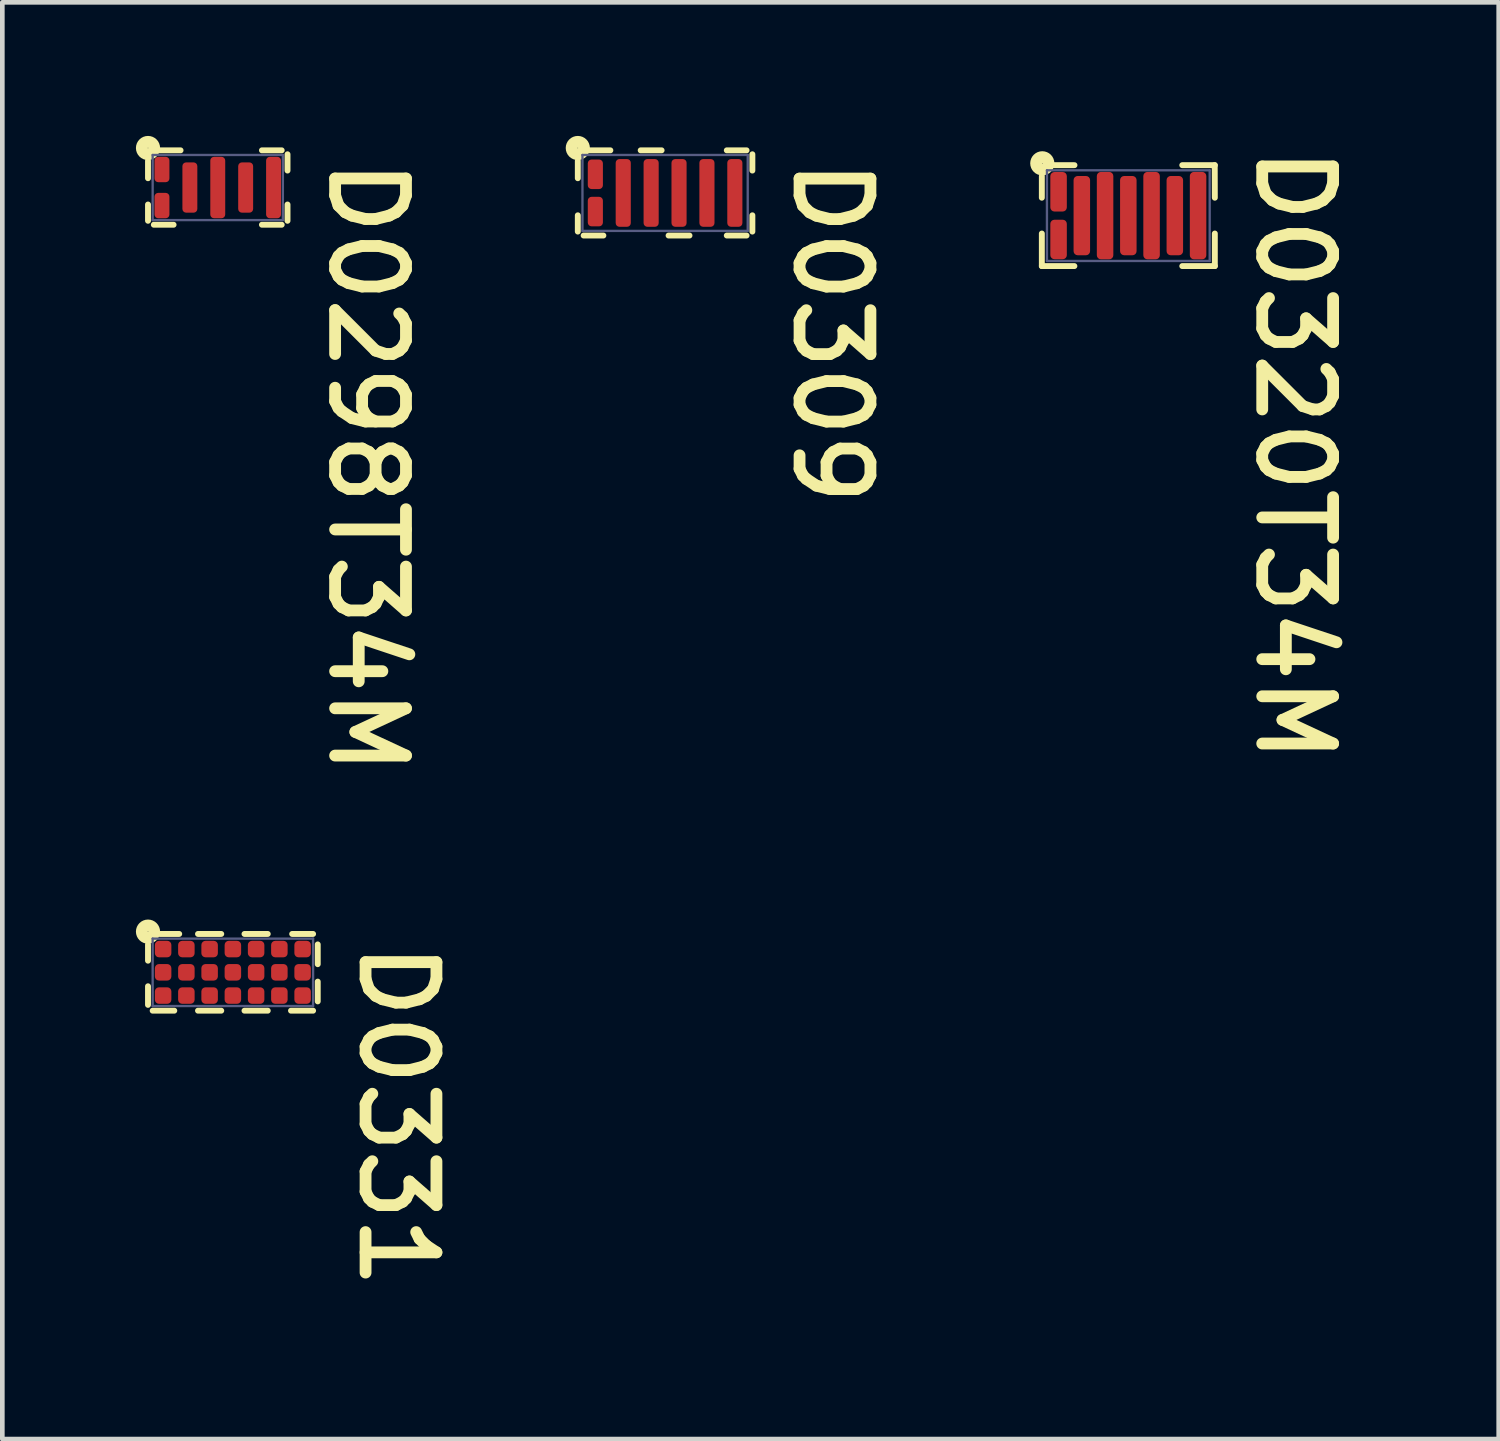
<source format=kicad_pcb>
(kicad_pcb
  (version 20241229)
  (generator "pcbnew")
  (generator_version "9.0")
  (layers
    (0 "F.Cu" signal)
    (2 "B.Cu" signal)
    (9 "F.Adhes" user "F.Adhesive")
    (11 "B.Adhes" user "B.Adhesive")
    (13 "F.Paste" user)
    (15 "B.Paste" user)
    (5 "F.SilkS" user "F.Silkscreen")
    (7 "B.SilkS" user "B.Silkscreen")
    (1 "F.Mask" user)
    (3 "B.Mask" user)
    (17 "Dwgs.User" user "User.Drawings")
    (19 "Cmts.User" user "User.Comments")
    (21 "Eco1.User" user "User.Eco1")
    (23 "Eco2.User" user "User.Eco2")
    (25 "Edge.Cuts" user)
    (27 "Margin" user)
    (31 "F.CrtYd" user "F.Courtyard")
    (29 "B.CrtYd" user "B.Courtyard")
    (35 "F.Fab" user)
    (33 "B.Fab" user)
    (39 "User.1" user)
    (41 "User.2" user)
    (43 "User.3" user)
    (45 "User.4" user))
  (footprint "D0298T34M"
    (layer "F.Cu")
    (at 1.633 0.983)
    (property "Reference" "D0298T34M" (at 2.324 -0.724 270) (unlocked yes) (layer "F.SilkS") (effects (font (size 1.524 1.524) (thickness 0.254)) (justify left bottom)))
    (attr smd)
    (fp_poly (pts (xy -1.169 -0.244) (xy -1.169 -0.531) (xy -1.231 -0.531) (xy -1.231 -0.244)) (stroke (width 0.188) (type solid)) (fill yes) (layer "F.Mask"))
    (fp_poly (pts (xy -1.169 0.531) (xy -1.169 0.244) (xy -1.231 0.244) (xy -1.231 0.531)) (stroke (width 0.188) (type solid)) (fill yes) (layer "F.Mask"))
    (fp_poly (pts (xy -0.569 0.411) (xy -0.569 -0.411) (xy -0.631 -0.411) (xy -0.631 0.411)) (stroke (width 0.188) (type solid)) (fill yes) (layer "F.Mask"))
    (fp_poly (pts (xy 0.031 0.531) (xy 0.031 -0.531) (xy -0.031 -0.531) (xy -0.031 0.531)) (stroke (width 0.188) (type solid)) (fill yes) (layer "F.Mask"))
    (fp_poly (pts (xy 0.631 0.411) (xy 0.631 -0.411) (xy 0.569 -0.411) (xy 0.569 0.411)) (stroke (width 0.188) (type solid)) (fill yes) (layer "F.Mask"))
    (fp_poly (pts (xy 1.231 0.531) (xy 1.231 -0.531) (xy 1.169 -0.531) (xy 1.169 0.531)) (stroke (width 0.188) (type solid)) (fill yes) (layer "F.Mask"))
    (fp_line (start -1.5 -0.575) (end -1.5 -0.2) (stroke (width 0.127) (type solid)) (layer "F.SilkS"))
    (fp_line (start -1.5 0.365) (end -1.5 0.715) (stroke (width 0.127) (type solid)) (layer "F.SilkS"))
    (fp_line (start -1.375 0.8) (end -0.95 0.8) (stroke (width 0.127) (type solid)) (layer "F.SilkS"))
    (fp_line (start -1.25 -0.8) (end -0.8 -0.8) (stroke (width 0.127) (type solid)) (layer "F.SilkS"))
    (fp_line (start 0.95 -0.8) (end 1.375 -0.8) (stroke (width 0.127) (type solid)) (layer "F.SilkS"))
    (fp_line (start 0.95 0.8) (end 1.375 0.8) (stroke (width 0.127) (type solid)) (layer "F.SilkS"))
    (fp_line (start 1.5 -0.715) (end 1.5 -0.365) (stroke (width 0.127) (type solid)) (layer "F.SilkS"))
    (fp_line (start 1.5 0.365) (end 1.5 0.715) (stroke (width 0.127) (type solid)) (layer "F.SilkS"))
    (fp_circle (center -1.5 -0.85) (end -1.494 -0.85) (stroke (width 0.254) (type solid)) (fill no) (layer "F.SilkS"))
    (fp_poly (pts (xy -1.137 -0.212) (xy -1.137 -0.562) (xy -1.262 -0.562) (xy -1.262 -0.212)) (stroke (width 0.125) (type solid)) (fill yes) (layer "F.Paste"))
    (fp_poly (pts (xy -1.137 0.562) (xy -1.137 0.212) (xy -1.262 0.212) (xy -1.262 0.562)) (stroke (width 0.125) (type solid)) (fill yes) (layer "F.Paste"))
    (fp_poly (pts (xy -0.537 0.443) (xy -0.537 -0.443) (xy -0.662 -0.443) (xy -0.662 0.443)) (stroke (width 0.125) (type solid)) (fill yes) (layer "F.Paste"))
    (fp_poly (pts (xy 0.062 0.562) (xy 0.062 -0.562) (xy -0.062 -0.562) (xy -0.062 0.562)) (stroke (width 0.125) (type solid)) (fill yes) (layer "F.Paste"))
    (fp_poly (pts (xy 0.662 0.443) (xy 0.662 -0.443) (xy 0.537 -0.443) (xy 0.537 0.443)) (stroke (width 0.125) (type solid)) (fill yes) (layer "F.Paste"))
    (fp_poly (pts (xy 1.262 0.562) (xy 1.262 -0.562) (xy 1.137 -0.562) (xy 1.137 0.562)) (stroke (width 0.125) (type solid)) (fill yes) (layer "F.Paste"))
    (fp_line (start -1.4 -0.7) (end -1.4 0.7) (stroke (width 0.05) (type solid)) (layer "B.Fab"))
    (fp_line (start -1.4 -0.7) (end 1.4 -0.7) (stroke (width 0.05) (type solid)) (layer "B.Fab"))
    (fp_line (start -1.4 0.7) (end 1.4 0.7) (stroke (width 0.05) (type solid)) (layer "B.Fab"))
    (fp_line (start 1.4 -0.7) (end 1.4 0.7) (stroke (width 0.05) (type solid)) (layer "B.Fab"))
    (pad "1" smd roundrect (at -1.2 -0.388) (size 0.321 0.546) (layers "F.Cu" "F.Mask" "F.Paste") (roundrect_rratio 0.25))
    (pad "2" smd roundrect (at -1.2 0.388) (size 0.321 0.546) (layers "F.Cu" "F.Mask" "F.Paste") (roundrect_rratio 0.25))
    (pad "3" smd roundrect (at -0.6 0) (size 0.321 1.081) (layers "F.Cu" "F.Mask" "F.Paste") (roundrect_rratio 0.25))
    (pad "4" smd roundrect (at 0 0) (size 0.321 1.321) (layers "F.Cu" "F.Mask" "F.Paste") (roundrect_rratio 0.25))
    (pad "5" smd roundrect (at 0.6 0) (size 0.321 1.081) (layers "F.Cu" "F.Mask" "F.Paste") (roundrect_rratio 0.25))
    (pad "6" smd roundrect (at 1.2 0) (size 0.321 1.321) (layers "F.Cu" "F.Mask" "F.Paste") (roundrect_rratio 0.25)))
  (footprint "D0309"
    (layer "F.Cu")
    (at 11.253 1.099)
    (property "Reference" "D0309" (at 2.692 -0.838 270) (unlocked yes) (layer "F.SilkS") (effects (font (size 1.524 1.524) (thickness 0.254)) (justify left bottom)))
    (attr smd)
    (fp_line (start -1.5 -0.236) (end -1.5 -0.566) (stroke (width 0.23) (type solid)) (layer "F.Mask"))
    (fp_line (start -1.5 0.566) (end -1.5 0.236) (stroke (width 0.23) (type solid)) (layer "F.Mask"))
    (fp_line (start -0.9 0.566) (end -0.9 -0.566) (stroke (width 0.23) (type solid)) (layer "F.Mask"))
    (fp_line (start -0.3 0.566) (end -0.3 -0.566) (stroke (width 0.23) (type solid)) (layer "F.Mask"))
    (fp_line (start 0.3 0.566) (end 0.3 -0.566) (stroke (width 0.23) (type solid)) (layer "F.Mask"))
    (fp_line (start 0.9 0.566) (end 0.9 -0.566) (stroke (width 0.23) (type solid)) (layer "F.Mask"))
    (fp_line (start 1.5 0.566) (end 1.5 -0.566) (stroke (width 0.23) (type solid)) (layer "F.Mask"))
    (fp_line (start -1.877 -0.691) (end -1.877 -0.316) (stroke (width 0.127) (type solid)) (layer "F.SilkS"))
    (fp_line (start -1.877 0.481) (end -1.877 0.831) (stroke (width 0.127) (type solid)) (layer "F.SilkS"))
    (fp_line (start -1.752 0.916) (end -1.327 0.916) (stroke (width 0.127) (type solid)) (layer "F.SilkS"))
    (fp_line (start -1.627 -0.916) (end -1.177 -0.916) (stroke (width 0.127) (type solid)) (layer "F.SilkS"))
    (fp_line (start -0.525 -0.916) (end -0.075 -0.916) (stroke (width 0.127) (type solid)) (layer "F.SilkS"))
    (fp_line (start 0.075 0.916) (end 0.525 0.916) (stroke (width 0.127) (type solid)) (layer "F.SilkS"))
    (fp_line (start 1.327 -0.916) (end 1.752 -0.916) (stroke (width 0.127) (type solid)) (layer "F.SilkS"))
    (fp_line (start 1.327 0.916) (end 1.752 0.916) (stroke (width 0.127) (type solid)) (layer "F.SilkS"))
    (fp_line (start 1.877 -0.831) (end 1.877 -0.481) (stroke (width 0.127) (type solid)) (layer "F.SilkS"))
    (fp_line (start 1.877 0.481) (end 1.877 0.831) (stroke (width 0.127) (type solid)) (layer "F.SilkS"))
    (fp_circle (center -1.877 -0.966) (end -1.871 -0.966) (stroke (width 0.254) (type solid)) (fill no) (layer "F.SilkS"))
    (fp_line (start -1.777 -0.816) (end -1.777 0.816) (stroke (width 0.05) (type solid)) (layer "B.Fab"))
    (fp_line (start -1.777 -0.816) (end 1.777 -0.816) (stroke (width 0.05) (type solid)) (layer "B.Fab"))
    (fp_line (start -1.777 0.816) (end 1.777 0.816) (stroke (width 0.05) (type solid)) (layer "B.Fab"))
    (fp_line (start 1.777 -0.816) (end 1.777 0.816) (stroke (width 0.05) (type solid)) (layer "B.Fab"))
    (pad "1" smd roundrect (at -1.5 -0.401) (size 0.325 0.635) (layers "F.Cu" "F.Mask" "F.Paste") (roundrect_rratio 0.25))
    (pad "2" smd roundrect (at -1.5 0.401 180) (size 0.325 0.635) (layers "F.Cu" "F.Mask" "F.Paste") (roundrect_rratio 0.25))
    (pad "3" smd roundrect (at -0.9 0 180) (size 0.325 1.457) (layers "F.Cu" "F.Mask" "F.Paste") (roundrect_rratio 0.25))
    (pad "4" smd roundrect (at -0.3 0 180) (size 0.325 1.457) (layers "F.Cu" "F.Mask" "F.Paste") (roundrect_rratio 0.25))
    (pad "5" smd roundrect (at 0.3 0 180) (size 0.325 1.457) (layers "F.Cu" "F.Mask" "F.Paste") (roundrect_rratio 0.25))
    (pad "6" smd roundrect (at 0.9 0 180) (size 0.325 1.457) (layers "F.Cu" "F.Mask" "F.Paste") (roundrect_rratio 0.25))
    (pad "7" smd roundrect (at 1.5 0 180) (size 0.325 1.457) (layers "F.Cu" "F.Mask" "F.Paste") (roundrect_rratio 0.25)))
  (footprint "D0320T34M"
    (layer "F.Cu")
    (at 21.215 1.587)
    (property "Reference" "D0320T34M" (at 2.68 -1.587 270) (unlocked yes) (layer "F.SilkS") (effects (font (size 1.524 1.524) (thickness 0.254)) (justify left bottom)))
    (attr smd)
    (fp_line (start -1.5 -0.251) (end -1.5 -0.775) (stroke (width 0.23) (type solid)) (layer "F.Mask"))
    (fp_line (start -1.5 0.775) (end -1.5 0.251) (stroke (width 0.23) (type solid)) (layer "F.Mask"))
    (fp_line (start -1 0.688) (end -1 -0.688) (stroke (width 0.23) (type solid)) (layer "F.Mask"))
    (fp_line (start -0.5 0.775) (end -0.5 -0.775) (stroke (width 0.23) (type solid)) (layer "F.Mask"))
    (fp_line (start 0 0.688) (end 0 -0.688) (stroke (width 0.23) (type solid)) (layer "F.Mask"))
    (fp_line (start 0.5 0.775) (end 0.5 -0.775) (stroke (width 0.23) (type solid)) (layer "F.Mask"))
    (fp_line (start 1 0.688) (end 1 -0.688) (stroke (width 0.23) (type solid)) (layer "F.Mask"))
    (fp_line (start 1.5 0.775) (end 1.5 -0.775) (stroke (width 0.23) (type solid)) (layer "F.Mask"))
    (fp_line (start -1.86 -0.85) (end -1.86 -0.385) (stroke (width 0.127) (type solid)) (layer "F.SilkS"))
    (fp_line (start -1.86 0.385) (end -1.86 1.085) (stroke (width 0.127) (type solid)) (layer "F.SilkS"))
    (fp_line (start -1.86 1.085) (end -1.16 1.085) (stroke (width 0.127) (type solid)) (layer "F.SilkS"))
    (fp_line (start -1.599 -1.085) (end -1.158 -1.085) (stroke (width 0.127) (type solid)) (layer "F.SilkS"))
    (fp_line (start 1.16 -1.085) (end 1.86 -1.085) (stroke (width 0.127) (type solid)) (layer "F.SilkS"))
    (fp_line (start 1.16 1.085) (end 1.86 1.085) (stroke (width 0.127) (type solid)) (layer "F.SilkS"))
    (fp_line (start 1.858 -1.085) (end 1.86 -0.385) (stroke (width 0.127) (type solid)) (layer "F.SilkS"))
    (fp_line (start 1.86 0.385) (end 1.86 1.085) (stroke (width 0.127) (type solid)) (layer "F.SilkS"))
    (fp_circle (center -1.85 -1.125) (end -1.844 -1.125) (stroke (width 0.254) (type solid)) (fill no) (layer "F.SilkS"))
    (fp_poly (pts (xy -1.442 -0.193) (xy -1.442 -0.833) (xy -1.558 -0.833) (xy -1.558 -0.193)) (stroke (width 0.115) (type solid)) (fill yes) (layer "F.Paste"))
    (fp_poly (pts (xy -1.442 0.833) (xy -1.442 0.193) (xy -1.558 0.193) (xy -1.558 0.833)) (stroke (width 0.115) (type solid)) (fill yes) (layer "F.Paste"))
    (fp_poly (pts (xy -0.943 0.745) (xy -0.943 -0.745) (xy -1.058 -0.745) (xy -1.058 0.745)) (stroke (width 0.115) (type solid)) (fill yes) (layer "F.Paste"))
    (fp_poly (pts (xy -0.443 0.833) (xy -0.443 -0.833) (xy -0.557 -0.833) (xy -0.557 0.833)) (stroke (width 0.115) (type solid)) (fill yes) (layer "F.Paste"))
    (fp_poly (pts (xy 0.058 0.745) (xy 0.058 -0.745) (xy -0.058 -0.745) (xy -0.058 0.745)) (stroke (width 0.115) (type solid)) (fill yes) (layer "F.Paste"))
    (fp_poly (pts (xy 0.557 0.833) (xy 0.557 -0.833) (xy 0.443 -0.833) (xy 0.443 0.833)) (stroke (width 0.115) (type solid)) (fill yes) (layer "F.Paste"))
    (fp_poly (pts (xy 1.058 0.745) (xy 1.058 -0.745) (xy 0.943 -0.745) (xy 0.943 0.745)) (stroke (width 0.115) (type solid)) (fill yes) (layer "F.Paste"))
    (fp_poly (pts (xy 1.558 0.833) (xy 1.558 -0.833) (xy 1.442 -0.833) (xy 1.442 0.833)) (stroke (width 0.115) (type solid)) (fill yes) (layer "F.Paste"))
    (fp_line (start -1.75 -0.975) (end -1.75 0.975) (stroke (width 0.05) (type solid)) (layer "B.Fab"))
    (fp_line (start -1.75 -0.975) (end 1.75 -0.975) (stroke (width 0.05) (type solid)) (layer "B.Fab"))
    (fp_line (start -1.75 0.975) (end 1.75 0.975) (stroke (width 0.05) (type solid)) (layer "B.Fab"))
    (fp_line (start 1.75 -0.975) (end 1.75 0.975) (stroke (width 0.05) (type solid)) (layer "B.Fab"))
    (pad "1" smd roundrect (at -1.5 -0.513) (size 0.355 0.85) (layers "F.Cu" "F.Mask" "F.Paste") (roundrect_rratio 0.25))
    (pad "2" smd roundrect (at -1.5 0.513) (size 0.355 0.85) (layers "F.Cu" "F.Mask" "F.Paste") (roundrect_rratio 0.25))
    (pad "3" smd roundrect (at -1 0) (size 0.355 1.705) (layers "F.Cu" "F.Mask" "F.Paste") (roundrect_rratio 0.25))
    (pad "4" smd roundrect (at -0.5 0) (size 0.355 1.88) (layers "F.Cu" "F.Mask" "F.Paste") (roundrect_rratio 0.25))
    (pad "5" smd roundrect (at 0 0) (size 0.355 1.705) (layers "F.Cu" "F.Mask" "F.Paste") (roundrect_rratio 0.25))
    (pad "6" smd roundrect (at 0.5 0) (size 0.355 1.88) (layers "F.Cu" "F.Mask" "F.Paste") (roundrect_rratio 0.25))
    (pad "7" smd roundrect (at 1 0) (size 0.355 1.705) (layers "F.Cu" "F.Mask" "F.Paste") (roundrect_rratio 0.25))
    (pad "8" smd roundrect (at 1.5 0) (size 0.355 1.88) (layers "F.Cu" "F.Mask" "F.Paste") (roundrect_rratio 0.25)))
  (footprint "D0331"
    (layer "F.Cu")
    (at 1.958 17.86)
    (property "Reference" "D0331" (at 2.654 -0.749 270) (unlocked yes) (layer "F.SilkS") (effects (font (size 1.524 1.524) (thickness 0.254)) (justify left bottom)))
    (attr smd)
    (fp_circle (center -1.5 -0.5) (end -1.442 -0.5) (stroke (width 0.115) (type solid)) (fill yes) (layer "F.Mask"))
    (fp_circle (center -1.5 0) (end -1.442 0) (stroke (width 0.115) (type solid)) (fill yes) (layer "F.Mask"))
    (fp_circle (center -1.5 0.5) (end -1.442 0.5) (stroke (width 0.115) (type solid)) (fill yes) (layer "F.Mask"))
    (fp_circle (center -1 -0.5) (end -0.943 -0.5) (stroke (width 0.115) (type solid)) (fill yes) (layer "F.Mask"))
    (fp_circle (center -1 0) (end -0.943 0) (stroke (width 0.115) (type solid)) (fill yes) (layer "F.Mask"))
    (fp_circle (center -1 0.5) (end -0.943 0.5) (stroke (width 0.115) (type solid)) (fill yes) (layer "F.Mask"))
    (fp_circle (center -0.5 -0.5) (end -0.443 -0.5) (stroke (width 0.115) (type solid)) (fill yes) (layer "F.Mask"))
    (fp_circle (center -0.5 0) (end -0.443 0) (stroke (width 0.115) (type solid)) (fill yes) (layer "F.Mask"))
    (fp_circle (center -0.5 0.5) (end -0.443 0.5) (stroke (width 0.115) (type solid)) (fill yes) (layer "F.Mask"))
    (fp_circle (center 0 -0.5) (end 0.058 -0.5) (stroke (width 0.115) (type solid)) (fill yes) (layer "F.Mask"))
    (fp_circle (center 0 0) (end 0.058 0) (stroke (width 0.115) (type solid)) (fill yes) (layer "F.Mask"))
    (fp_circle (center 0 0.5) (end 0.058 0.5) (stroke (width 0.115) (type solid)) (fill yes) (layer "F.Mask"))
    (fp_circle (center 0.5 -0.5) (end 0.557 -0.5) (stroke (width 0.115) (type solid)) (fill yes) (layer "F.Mask"))
    (fp_circle (center 0.5 0) (end 0.557 0) (stroke (width 0.115) (type solid)) (fill yes) (layer "F.Mask"))
    (fp_circle (center 0.5 0.5) (end 0.557 0.5) (stroke (width 0.115) (type solid)) (fill yes) (layer "F.Mask"))
    (fp_circle (center 1 -0.5) (end 1.058 -0.5) (stroke (width 0.115) (type solid)) (fill yes) (layer "F.Mask"))
    (fp_circle (center 1 0) (end 1.058 0) (stroke (width 0.115) (type solid)) (fill yes) (layer "F.Mask"))
    (fp_circle (center 1 0.5) (end 1.058 0.5) (stroke (width 0.115) (type solid)) (fill yes) (layer "F.Mask"))
    (fp_circle (center 1.5 -0.5) (end 1.558 -0.5) (stroke (width 0.115) (type solid)) (fill yes) (layer "F.Mask"))
    (fp_circle (center 1.5 0) (end 1.558 0) (stroke (width 0.115) (type solid)) (fill yes) (layer "F.Mask"))
    (fp_circle (center 1.5 0.5) (end 1.558 0.5) (stroke (width 0.115) (type solid)) (fill yes) (layer "F.Mask"))
    (fp_line (start -1.825 -0.6) (end -1.825 -0.25) (stroke (width 0.127) (type solid)) (layer "F.SilkS"))
    (fp_line (start -1.825 0.3) (end -1.825 0.7) (stroke (width 0.127) (type solid)) (layer "F.SilkS"))
    (fp_line (start -1.725 0.825) (end -1.26 0.825) (stroke (width 0.127) (type solid)) (layer "F.SilkS"))
    (fp_line (start -1.575 -0.825) (end -1.154 -0.825) (stroke (width 0.127) (type solid)) (layer "F.SilkS"))
    (fp_line (start -0.75 -0.825) (end -0.25 -0.825) (stroke (width 0.127) (type solid)) (layer "F.SilkS"))
    (fp_line (start -0.75 0.825) (end -0.25 0.825) (stroke (width 0.127) (type solid)) (layer "F.SilkS"))
    (fp_line (start 0.25 -0.825) (end 0.75 -0.825) (stroke (width 0.127) (type solid)) (layer "F.SilkS"))
    (fp_line (start 0.25 0.825) (end 0.75 0.825) (stroke (width 0.127) (type solid)) (layer "F.SilkS"))
    (fp_line (start 1.25 0.825) (end 1.725 0.825) (stroke (width 0.127) (type solid)) (layer "F.SilkS"))
    (fp_line (start 1.275 -0.825) (end 1.725 -0.825) (stroke (width 0.127) (type solid)) (layer "F.SilkS"))
    (fp_line (start 1.825 -0.6) (end 1.825 -0.175) (stroke (width 0.127) (type solid)) (layer "F.SilkS"))
    (fp_line (start 1.825 0.2) (end 1.825 0.625) (stroke (width 0.127) (type solid)) (layer "F.SilkS"))
    (fp_circle (center -1.825 -0.875) (end -1.819 -0.875) (stroke (width 0.254) (type solid)) (fill no) (layer "F.SilkS"))
    (fp_line (start -1.725 -0.725) (end -1.725 0.725) (stroke (width 0.05) (type solid)) (layer "B.Fab"))
    (fp_line (start -1.725 -0.725) (end 1.725 -0.725) (stroke (width 0.05) (type solid)) (layer "B.Fab"))
    (fp_line (start -1.725 0.725) (end 1.725 0.725) (stroke (width 0.05) (type solid)) (layer "B.Fab"))
    (fp_line (start 1.725 -0.725) (end 1.725 0.725) (stroke (width 0.05) (type solid)) (layer "B.Fab"))
    (pad "1" smd roundrect (at -1.5 -0.5 180) (size 0.355 0.355) (layers "F.Cu" "F.Mask" "F.Paste") (roundrect_rratio 0.25))
    (pad "2" smd roundrect (at -1.5 0 180) (size 0.355 0.355) (layers "F.Cu" "F.Mask" "F.Paste") (roundrect_rratio 0.25))
    (pad "3" smd roundrect (at -1.5 0.5 180) (size 0.355 0.355) (layers "F.Cu" "F.Mask" "F.Paste") (roundrect_rratio 0.25))
    (pad "4" smd roundrect (at -1 -0.5 180) (size 0.355 0.355) (layers "F.Cu" "F.Mask" "F.Paste") (roundrect_rratio 0.25))
    (pad "5" smd roundrect (at -1 0 180) (size 0.355 0.355) (layers "F.Cu" "F.Mask" "F.Paste") (roundrect_rratio 0.25))
    (pad "6" smd roundrect (at -1 0.5 180) (size 0.355 0.355) (layers "F.Cu" "F.Mask" "F.Paste") (roundrect_rratio 0.25))
    (pad "7" smd roundrect (at -0.5 -0.5 180) (size 0.355 0.355) (layers "F.Cu" "F.Mask" "F.Paste") (roundrect_rratio 0.25))
    (pad "8" smd roundrect (at -0.5 0 180) (size 0.355 0.355) (layers "F.Cu" "F.Mask" "F.Paste") (roundrect_rratio 0.25))
    (pad "9" smd roundrect (at -0.5 0.5 180) (size 0.355 0.355) (layers "F.Cu" "F.Mask" "F.Paste") (roundrect_rratio 0.25))
    (pad "10" smd roundrect (at 0 -0.5 180) (size 0.355 0.355) (layers "F.Cu" "F.Mask" "F.Paste") (roundrect_rratio 0.25))
    (pad "11" smd roundrect (at 0 0 180) (size 0.355 0.355) (layers "F.Cu" "F.Mask" "F.Paste") (roundrect_rratio 0.25))
    (pad "12" smd roundrect (at 0 0.5 180) (size 0.355 0.355) (layers "F.Cu" "F.Mask" "F.Paste") (roundrect_rratio 0.25))
    (pad "13" smd roundrect (at 0.5 -0.5 180) (size 0.355 0.355) (layers "F.Cu" "F.Mask" "F.Paste") (roundrect_rratio 0.25))
    (pad "14" smd roundrect (at 0.5 0 180) (size 0.355 0.355) (layers "F.Cu" "F.Mask" "F.Paste") (roundrect_rratio 0.25))
    (pad "15" smd roundrect (at 0.5 0.5 180) (size 0.355 0.355) (layers "F.Cu" "F.Mask" "F.Paste") (roundrect_rratio 0.25))
    (pad "16" smd roundrect (at 1 -0.5 180) (size 0.355 0.355) (layers "F.Cu" "F.Mask" "F.Paste") (roundrect_rratio 0.25))
    (pad "17" smd roundrect (at 1 0 180) (size 0.355 0.355) (layers "F.Cu" "F.Mask" "F.Paste") (roundrect_rratio 0.25))
    (pad "18" smd roundrect (at 1 0.5 180) (size 0.355 0.355) (layers "F.Cu" "F.Mask" "F.Paste") (roundrect_rratio 0.25))
    (pad "19" smd roundrect (at 1.5 -0.5 180) (size 0.355 0.355) (layers "F.Cu" "F.Mask" "F.Paste") (roundrect_rratio 0.25))
    (pad "20" smd roundrect (at 1.5 0 180) (size 0.355 0.355) (layers "F.Cu" "F.Mask" "F.Paste") (roundrect_rratio 0.25))
    (pad "21" smd roundrect (at 1.5 0.5 180) (size 0.355 0.355) (layers "F.Cu" "F.Mask" "F.Paste") (roundrect_rratio 0.25)))
  (gr_rect
    (start -3 -3)
    (end 29.18 27.897)
    (stroke (width 0.1) (type default))
    (fill no)
    (layer "Edge.Cuts")))
</source>
